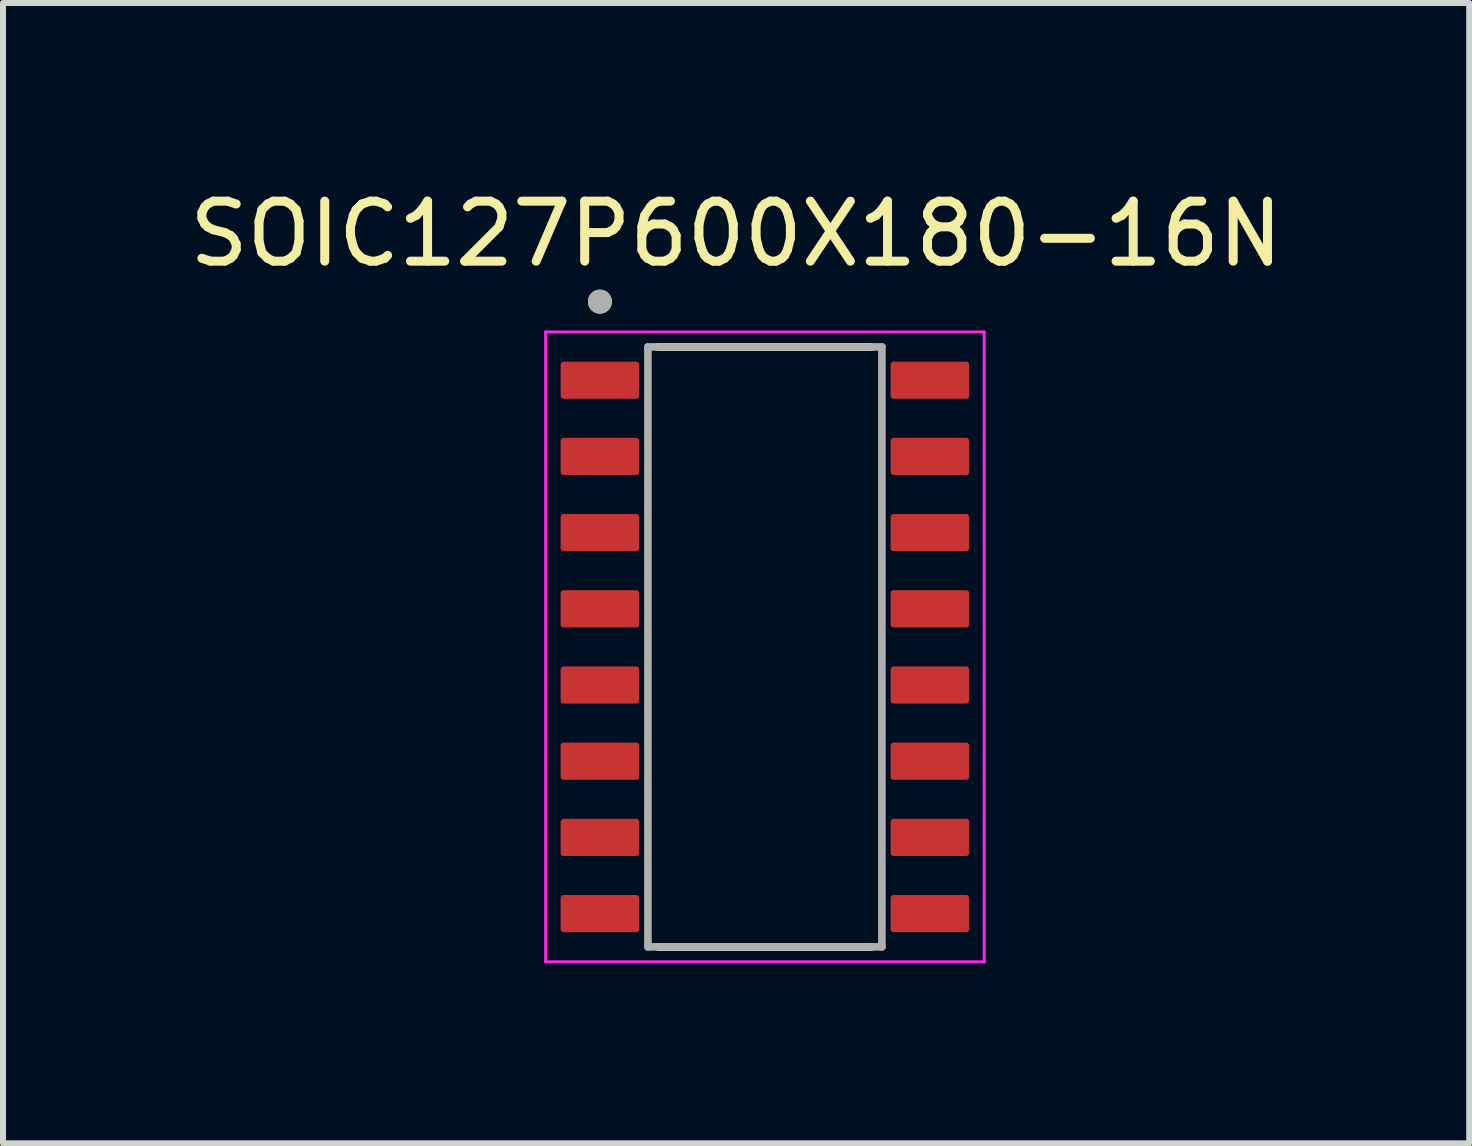
<source format=kicad_pcb>
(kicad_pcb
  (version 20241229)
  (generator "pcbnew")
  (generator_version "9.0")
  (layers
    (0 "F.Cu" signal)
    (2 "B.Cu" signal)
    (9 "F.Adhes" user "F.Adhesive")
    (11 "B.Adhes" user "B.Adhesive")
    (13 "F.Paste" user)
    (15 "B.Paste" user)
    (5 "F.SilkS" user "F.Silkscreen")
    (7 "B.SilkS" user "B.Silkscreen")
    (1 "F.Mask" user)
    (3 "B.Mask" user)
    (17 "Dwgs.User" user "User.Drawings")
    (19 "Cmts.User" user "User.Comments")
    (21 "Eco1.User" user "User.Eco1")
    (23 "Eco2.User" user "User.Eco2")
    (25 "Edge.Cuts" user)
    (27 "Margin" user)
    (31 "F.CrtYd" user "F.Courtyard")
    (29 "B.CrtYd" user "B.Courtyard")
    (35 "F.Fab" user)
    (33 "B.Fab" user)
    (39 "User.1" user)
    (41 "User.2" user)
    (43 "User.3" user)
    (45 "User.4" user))
  (footprint "SOIC127P600X180-16N"
    (layer "F.Cu")
    (at 9.7 7.733)
    (property "Reference" "SOIC127P600X180-16N" (at -0.48 -6.885 0) (layer "F.SilkS") (effects (font (size 1 1) (thickness 0.15))))
    (attr smd)
    (fp_line (start -1.775 -5) (end 1.775 -5) (stroke (width 0.127) (type solid)) (layer "F.SilkS"))
    (fp_line (start -1.775 -5) (end 1.775 -5) (stroke (width 0.127) (type solid)) (layer "F.SilkS"))
    (fp_line (start -1.775 5) (end 1.775 5) (stroke (width 0.127) (type solid)) (layer "F.SilkS"))
    (fp_line (start -1.775 5) (end 1.775 5) (stroke (width 0.127) (type solid)) (layer "F.SilkS"))
    (fp_circle (center -2.75 -5.755) (end -2.65 -5.755) (stroke (width 0.2) (type solid)) (fill no) (layer "F.SilkS"))
    (fp_line (start -3.655 -5.25) (end -3.655 5.25) (stroke (width 0.05) (type solid)) (layer "F.CrtYd"))
    (fp_line (start -3.655 5.25) (end 3.655 5.25) (stroke (width 0.05) (type solid)) (layer "F.CrtYd"))
    (fp_line (start 3.655 -5.25) (end -3.655 -5.25) (stroke (width 0.05) (type solid)) (layer "F.CrtYd"))
    (fp_line (start 3.655 5.25) (end 3.655 -5.25) (stroke (width 0.05) (type solid)) (layer "F.CrtYd"))
    (fp_line (start -1.95 -5) (end -1.95 5) (stroke (width 0.127) (type solid)) (layer "F.Fab"))
    (fp_line (start -1.95 -5) (end 1.95 -5) (stroke (width 0.127) (type solid)) (layer "F.Fab"))
    (fp_line (start -1.95 5) (end 1.95 5) (stroke (width 0.127) (type solid)) (layer "F.Fab"))
    (fp_line (start 1.95 -5) (end 1.95 5) (stroke (width 0.127) (type solid)) (layer "F.Fab"))
    (fp_circle (center -2.75 -5.755) (end -2.65 -5.755) (stroke (width 0.2) (type solid)) (fill no) (layer "F.Fab"))
    (pad "1" smd roundrect (at -2.75 -4.445) (size 1.31 0.62) (layers "F.Cu" "F.Mask" "F.Paste") (roundrect_rratio 0.08))
    (pad "2" smd roundrect (at -2.75 -3.175) (size 1.31 0.62) (layers "F.Cu" "F.Mask" "F.Paste") (roundrect_rratio 0.08))
    (pad "3" smd roundrect (at -2.75 -1.905) (size 1.31 0.62) (layers "F.Cu" "F.Mask" "F.Paste") (roundrect_rratio 0.08))
    (pad "4" smd roundrect (at -2.75 -0.635) (size 1.31 0.62) (layers "F.Cu" "F.Mask" "F.Paste") (roundrect_rratio 0.08))
    (pad "5" smd roundrect (at -2.75 0.635) (size 1.31 0.62) (layers "F.Cu" "F.Mask" "F.Paste") (roundrect_rratio 0.08))
    (pad "6" smd roundrect (at -2.75 1.905) (size 1.31 0.62) (layers "F.Cu" "F.Mask" "F.Paste") (roundrect_rratio 0.08))
    (pad "7" smd roundrect (at -2.75 3.175) (size 1.31 0.62) (layers "F.Cu" "F.Mask" "F.Paste") (roundrect_rratio 0.08))
    (pad "8" smd roundrect (at -2.75 4.445) (size 1.31 0.62) (layers "F.Cu" "F.Mask" "F.Paste") (roundrect_rratio 0.08))
    (pad "9" smd roundrect (at 2.75 4.445) (size 1.31 0.62) (layers "F.Cu" "F.Mask" "F.Paste") (roundrect_rratio 0.08))
    (pad "10" smd roundrect (at 2.75 3.175) (size 1.31 0.62) (layers "F.Cu" "F.Mask" "F.Paste") (roundrect_rratio 0.08))
    (pad "11" smd roundrect (at 2.75 1.905) (size 1.31 0.62) (layers "F.Cu" "F.Mask" "F.Paste") (roundrect_rratio 0.08))
    (pad "12" smd roundrect (at 2.75 0.635) (size 1.31 0.62) (layers "F.Cu" "F.Mask" "F.Paste") (roundrect_rratio 0.08))
    (pad "13" smd roundrect (at 2.75 -0.635) (size 1.31 0.62) (layers "F.Cu" "F.Mask" "F.Paste") (roundrect_rratio 0.08))
    (pad "14" smd roundrect (at 2.75 -1.905) (size 1.31 0.62) (layers "F.Cu" "F.Mask" "F.Paste") (roundrect_rratio 0.08))
    (pad "15" smd roundrect (at 2.75 -3.175) (size 1.31 0.62) (layers "F.Cu" "F.Mask" "F.Paste") (roundrect_rratio 0.08))
    (pad "16" smd roundrect (at 2.75 -4.445) (size 1.31 0.62) (layers "F.Cu" "F.Mask" "F.Paste") (roundrect_rratio 0.08)))
  (gr_rect
    (start -3 -3)
    (end 21.44 16.008)
    (stroke (width 0.1) (type default))
    (fill no)
    (layer "Edge.Cuts")))
</source>
